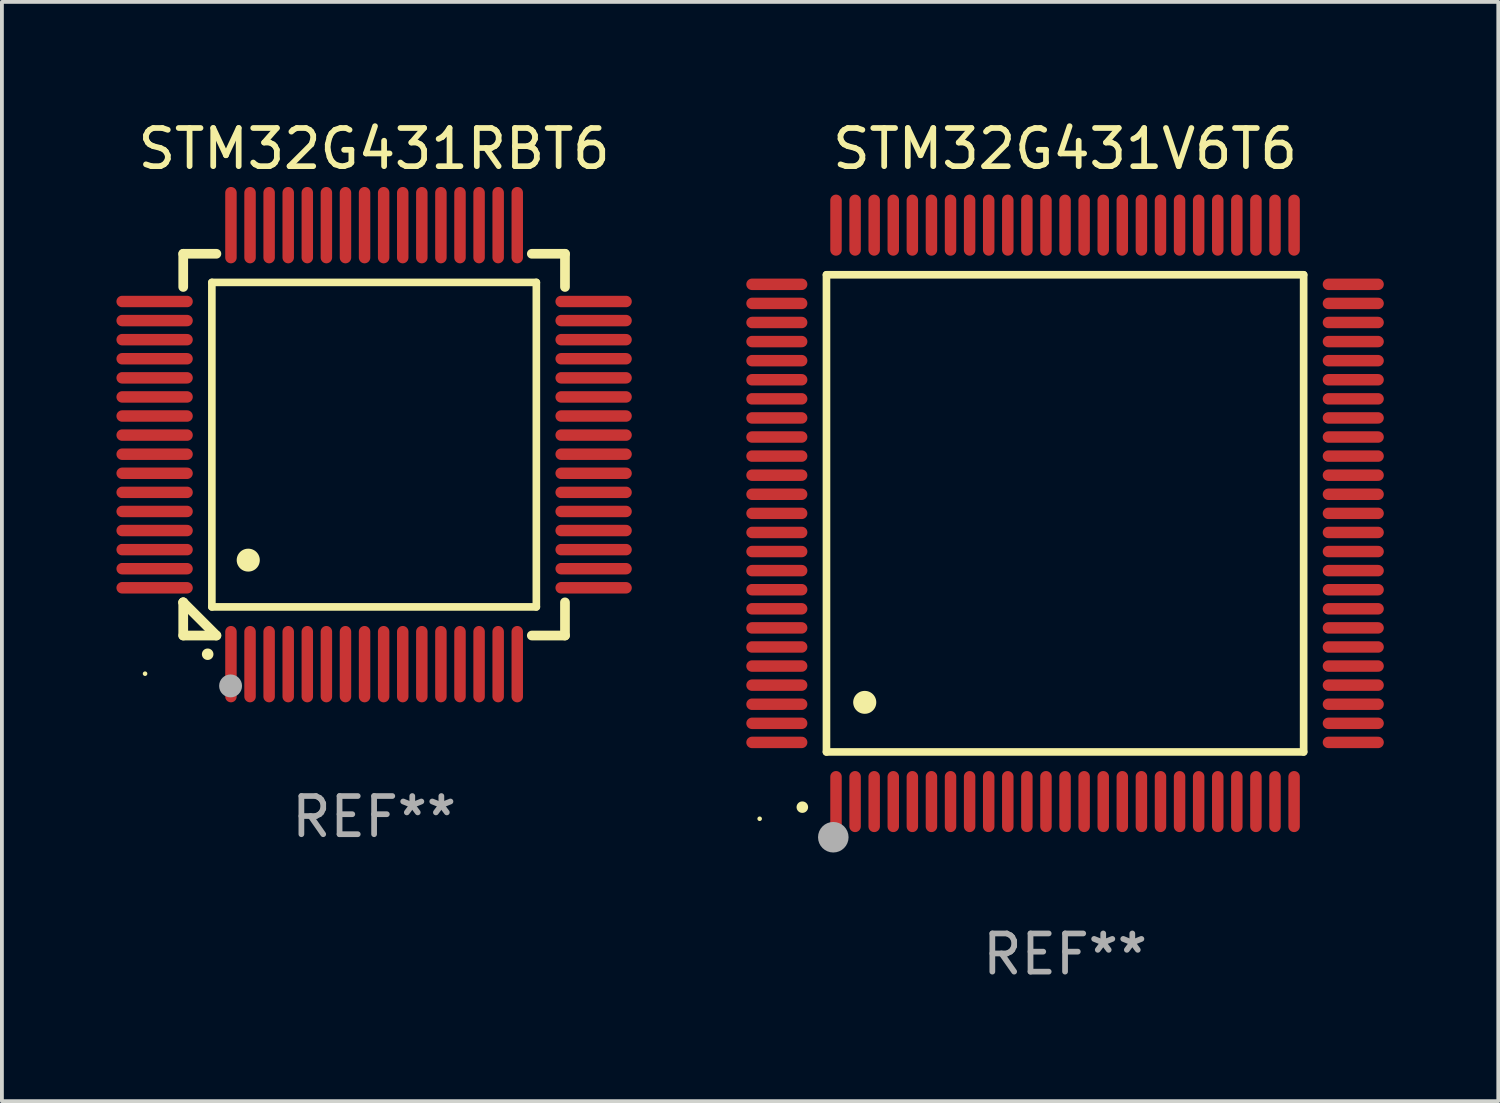
<source format=kicad_pcb>
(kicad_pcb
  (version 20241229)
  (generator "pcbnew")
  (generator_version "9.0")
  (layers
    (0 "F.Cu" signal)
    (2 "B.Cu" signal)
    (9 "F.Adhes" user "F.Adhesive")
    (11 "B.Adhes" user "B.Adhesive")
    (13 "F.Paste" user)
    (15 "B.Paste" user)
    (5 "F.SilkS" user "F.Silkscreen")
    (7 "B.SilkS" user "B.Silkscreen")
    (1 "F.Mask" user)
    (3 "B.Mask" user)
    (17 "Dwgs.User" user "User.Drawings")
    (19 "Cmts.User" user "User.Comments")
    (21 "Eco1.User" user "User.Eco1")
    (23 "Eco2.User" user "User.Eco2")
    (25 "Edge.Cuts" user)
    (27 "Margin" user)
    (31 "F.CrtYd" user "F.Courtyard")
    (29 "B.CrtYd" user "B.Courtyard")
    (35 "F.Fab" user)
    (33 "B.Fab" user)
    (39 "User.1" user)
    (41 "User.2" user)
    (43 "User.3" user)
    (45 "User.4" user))
  (footprint "STM32G431RBT6"
    (layer "F.Cu")
    (at 6.75 8.598)
    (property "Reference" "STM32G431RBT6" (at 0 -7.75 0) (layer "F.SilkS") (effects (font (size 1 1) (thickness 0.15))))
    (attr through_hole)
    (fp_line (start -5 -5) (end -4.131 -5) (stroke (width 0.254) (type solid)) (layer "F.SilkS"))
    (fp_line (start -5 -4.131) (end -5 -5) (stroke (width 0.254) (type solid)) (layer "F.SilkS"))
    (fp_line (start -5 4.131) (end -5 4.131) (stroke (width 0.254) (type solid)) (layer "F.SilkS"))
    (fp_line (start -5 5) (end -5 4.131) (stroke (width 0.254) (type solid)) (layer "F.SilkS"))
    (fp_line (start -5 4.131) (end -4.131 5) (stroke (width 0.254) (type solid)) (layer "F.SilkS"))
    (fp_line (start -4.25 -4.25) (end -4.25 4.25) (stroke (width 0.2) (type solid)) (layer "F.SilkS"))
    (fp_line (start -4.25 4.25) (end 4.25 4.25) (stroke (width 0.2) (type solid)) (layer "F.SilkS"))
    (fp_line (start -4.131 5) (end -5 5) (stroke (width 0.254) (type solid)) (layer "F.SilkS"))
    (fp_line (start 4.25 -4.25) (end -4.25 -4.25) (stroke (width 0.2) (type solid)) (layer "F.SilkS"))
    (fp_line (start 4.25 4.25) (end 4.25 -4.25) (stroke (width 0.2) (type solid)) (layer "F.SilkS"))
    (fp_line (start 5 -5) (end 4.131 -5) (stroke (width 0.254) (type solid)) (layer "F.SilkS"))
    (fp_line (start 5 -5) (end 5 -4.131) (stroke (width 0.254) (type solid)) (layer "F.SilkS"))
    (fp_line (start 5 4.131) (end 5 5) (stroke (width 0.254) (type solid)) (layer "F.SilkS"))
    (fp_line (start 5 5) (end 4.131 5) (stroke (width 0.254) (type solid)) (layer "F.SilkS"))
    (fp_arc (start -4.361265 5.489992) (mid -4.359995 5.489987) (end -4.358725 5.489992) (stroke (width 0.3) (type solid)) (layer "F.SilkS"))
    (fp_arc (start -3.299467 3.025146) (mid -3.296927 3.025135) (end -3.294387 3.025146) (stroke (width 0.6) (type solid)) (layer "F.SilkS"))
    (fp_circle (center -6 6) (end -5.97 6) (stroke (width 0.06) (type solid)) (fill no) (layer "F.SilkS"))
    (fp_circle (center -3.76 6.32) (end -3.61 6.32) (stroke (width 0.3) (type solid)) (fill no) (layer "F.Fab"))
    (fp_text user "REF**" (at 0 9.75 0) (layer "F.Fab") (effects (font (size 1 1) (thickness 0.15))))
    (pad "1" smd oval (at -3.75 5.75) (size 0.3 2) (layers "F.Cu" "F.Mask" "F.Paste"))
    (pad "2" smd oval (at -3.25 5.75) (size 0.3 2) (layers "F.Cu" "F.Mask" "F.Paste"))
    (pad "3" smd oval (at -2.75 5.75) (size 0.3 2) (layers "F.Cu" "F.Mask" "F.Paste"))
    (pad "4" smd oval (at -2.25 5.75) (size 0.3 2) (layers "F.Cu" "F.Mask" "F.Paste"))
    (pad "5" smd oval (at -1.75 5.75) (size 0.3 2) (layers "F.Cu" "F.Mask" "F.Paste"))
    (pad "6" smd oval (at -1.25 5.75) (size 0.3 2) (layers "F.Cu" "F.Mask" "F.Paste"))
    (pad "7" smd oval (at -0.75 5.75) (size 0.3 2) (layers "F.Cu" "F.Mask" "F.Paste"))
    (pad "8" smd oval (at -0.25 5.75) (size 0.3 2) (layers "F.Cu" "F.Mask" "F.Paste"))
    (pad "9" smd oval (at 0.25 5.75) (size 0.3 2) (layers "F.Cu" "F.Mask" "F.Paste"))
    (pad "10" smd oval (at 0.75 5.75) (size 0.3 2) (layers "F.Cu" "F.Mask" "F.Paste"))
    (pad "11" smd oval (at 1.25 5.75) (size 0.3 2) (layers "F.Cu" "F.Mask" "F.Paste"))
    (pad "12" smd oval (at 1.75 5.75) (size 0.3 2) (layers "F.Cu" "F.Mask" "F.Paste"))
    (pad "13" smd oval (at 2.25 5.75) (size 0.3 2) (layers "F.Cu" "F.Mask" "F.Paste"))
    (pad "14" smd oval (at 2.75 5.75) (size 0.3 2) (layers "F.Cu" "F.Mask" "F.Paste"))
    (pad "15" smd oval (at 3.25 5.75) (size 0.3 2) (layers "F.Cu" "F.Mask" "F.Paste"))
    (pad "16" smd oval (at 3.75 5.75) (size 0.3 2) (layers "F.Cu" "F.Mask" "F.Paste"))
    (pad "17" smd oval (at 5.75 3.75) (size 2 0.3) (layers "F.Cu" "F.Mask" "F.Paste"))
    (pad "18" smd oval (at 5.75 3.25) (size 2 0.3) (layers "F.Cu" "F.Mask" "F.Paste"))
    (pad "19" smd oval (at 5.75 2.75) (size 2 0.3) (layers "F.Cu" "F.Mask" "F.Paste"))
    (pad "20" smd oval (at 5.75 2.25) (size 2 0.3) (layers "F.Cu" "F.Mask" "F.Paste"))
    (pad "21" smd oval (at 5.75 1.75) (size 2 0.3) (layers "F.Cu" "F.Mask" "F.Paste"))
    (pad "22" smd oval (at 5.75 1.25) (size 2 0.3) (layers "F.Cu" "F.Mask" "F.Paste"))
    (pad "23" smd oval (at 5.75 0.75) (size 2 0.3) (layers "F.Cu" "F.Mask" "F.Paste"))
    (pad "24" smd oval (at 5.75 0.25) (size 2 0.3) (layers "F.Cu" "F.Mask" "F.Paste"))
    (pad "25" smd oval (at 5.75 -0.25) (size 2 0.3) (layers "F.Cu" "F.Mask" "F.Paste"))
    (pad "26" smd oval (at 5.75 -0.75) (size 2 0.3) (layers "F.Cu" "F.Mask" "F.Paste"))
    (pad "27" smd oval (at 5.75 -1.25) (size 2 0.3) (layers "F.Cu" "F.Mask" "F.Paste"))
    (pad "28" smd oval (at 5.75 -1.75) (size 2 0.3) (layers "F.Cu" "F.Mask" "F.Paste"))
    (pad "29" smd oval (at 5.75 -2.25) (size 2 0.3) (layers "F.Cu" "F.Mask" "F.Paste"))
    (pad "30" smd oval (at 5.75 -2.75) (size 2 0.3) (layers "F.Cu" "F.Mask" "F.Paste"))
    (pad "31" smd oval (at 5.75 -3.25) (size 2 0.3) (layers "F.Cu" "F.Mask" "F.Paste"))
    (pad "32" smd oval (at 5.75 -3.75) (size 2 0.3) (layers "F.Cu" "F.Mask" "F.Paste"))
    (pad "33" smd oval (at 3.75 -5.75) (size 0.3 2) (layers "F.Cu" "F.Mask" "F.Paste"))
    (pad "34" smd oval (at 3.25 -5.75) (size 0.3 2) (layers "F.Cu" "F.Mask" "F.Paste"))
    (pad "35" smd oval (at 2.75 -5.75) (size 0.3 2) (layers "F.Cu" "F.Mask" "F.Paste"))
    (pad "36" smd oval (at 2.25 -5.75) (size 0.3 2) (layers "F.Cu" "F.Mask" "F.Paste"))
    (pad "37" smd oval (at 1.75 -5.75) (size 0.3 2) (layers "F.Cu" "F.Mask" "F.Paste"))
    (pad "38" smd oval (at 1.25 -5.75) (size 0.3 2) (layers "F.Cu" "F.Mask" "F.Paste"))
    (pad "39" smd oval (at 0.75 -5.75) (size 0.3 2) (layers "F.Cu" "F.Mask" "F.Paste"))
    (pad "40" smd oval (at 0.25 -5.75) (size 0.3 2) (layers "F.Cu" "F.Mask" "F.Paste"))
    (pad "41" smd oval (at -0.25 -5.75) (size 0.3 2) (layers "F.Cu" "F.Mask" "F.Paste"))
    (pad "42" smd oval (at -0.75 -5.75) (size 0.3 2) (layers "F.Cu" "F.Mask" "F.Paste"))
    (pad "43" smd oval (at -1.25 -5.75) (size 0.3 2) (layers "F.Cu" "F.Mask" "F.Paste"))
    (pad "44" smd oval (at -1.75 -5.75) (size 0.3 2) (layers "F.Cu" "F.Mask" "F.Paste"))
    (pad "45" smd oval (at -2.25 -5.75) (size 0.3 2) (layers "F.Cu" "F.Mask" "F.Paste"))
    (pad "46" smd oval (at -2.75 -5.75) (size 0.3 2) (layers "F.Cu" "F.Mask" "F.Paste"))
    (pad "47" smd oval (at -3.25 -5.75) (size 0.3 2) (layers "F.Cu" "F.Mask" "F.Paste"))
    (pad "48" smd oval (at -3.75 -5.75) (size 0.3 2) (layers "F.Cu" "F.Mask" "F.Paste"))
    (pad "49" smd oval (at -5.75 -3.75) (size 2 0.3) (layers "F.Cu" "F.Mask" "F.Paste"))
    (pad "50" smd oval (at -5.75 -3.25) (size 2 0.3) (layers "F.Cu" "F.Mask" "F.Paste"))
    (pad "51" smd oval (at -5.75 -2.75) (size 2 0.3) (layers "F.Cu" "F.Mask" "F.Paste"))
    (pad "52" smd oval (at -5.75 -2.25) (size 2 0.3) (layers "F.Cu" "F.Mask" "F.Paste"))
    (pad "53" smd oval (at -5.75 -1.75) (size 2 0.3) (layers "F.Cu" "F.Mask" "F.Paste"))
    (pad "54" smd oval (at -5.75 -1.25) (size 2 0.3) (layers "F.Cu" "F.Mask" "F.Paste"))
    (pad "55" smd oval (at -5.75 -0.75) (size 2 0.3) (layers "F.Cu" "F.Mask" "F.Paste"))
    (pad "56" smd oval (at -5.75 -0.25) (size 2 0.3) (layers "F.Cu" "F.Mask" "F.Paste"))
    (pad "57" smd oval (at -5.75 0.25) (size 2 0.3) (layers "F.Cu" "F.Mask" "F.Paste"))
    (pad "58" smd oval (at -5.75 0.75) (size 2 0.3) (layers "F.Cu" "F.Mask" "F.Paste"))
    (pad "59" smd oval (at -5.75 1.25) (size 2 0.3) (layers "F.Cu" "F.Mask" "F.Paste"))
    (pad "60" smd oval (at -5.75 1.75) (size 2 0.3) (layers "F.Cu" "F.Mask" "F.Paste"))
    (pad "61" smd oval (at -5.75 2.25) (size 2 0.3) (layers "F.Cu" "F.Mask" "F.Paste"))
    (pad "62" smd oval (at -5.75 2.75) (size 2 0.3) (layers "F.Cu" "F.Mask" "F.Paste"))
    (pad "63" smd oval (at -5.75 3.25) (size 2 0.3) (layers "F.Cu" "F.Mask" "F.Paste"))
    (pad "64" smd oval (at -5.75 3.75) (size 2 0.3) (layers "F.Cu" "F.Mask" "F.Paste")))
  (footprint "STM32G431V6T6"
    (layer "F.Cu")
    (at 24.85 10.398)
    (property "Reference" "STM32G431V6T6" (at 0 -9.55 0) (layer "F.SilkS") (effects (font (size 1 1) (thickness 0.15))))
    (attr through_hole)
    (fp_line (start -6.25 -6.25) (end -6.25 6.25) (stroke (width 0.2) (type solid)) (layer "F.SilkS"))
    (fp_line (start -6.25 6.25) (end 6.25 6.25) (stroke (width 0.2) (type solid)) (layer "F.SilkS"))
    (fp_line (start 6.25 -6.25) (end -6.25 -6.25) (stroke (width 0.2) (type solid)) (layer "F.SilkS"))
    (fp_line (start 6.25 6.25) (end 6.25 -6.25) (stroke (width 0.2) (type solid)) (layer "F.SilkS"))
    (fp_arc (start -6.883414 7.696215) (mid -6.882144 7.69621) (end -6.880874 7.696215) (stroke (width 0.3) (type solid)) (layer "F.SilkS"))
    (fp_arc (start -5.250191 4.95047) (mid -5.247651 4.950459) (end -5.245111 4.95047) (stroke (width 0.6) (type solid)) (layer "F.SilkS"))
    (fp_circle (center -8 8) (end -7.97 8) (stroke (width 0.06) (type solid)) (fill no) (layer "F.SilkS"))
    (fp_circle (center -6.071 8.484) (end -5.871 8.484) (stroke (width 0.4) (type solid)) (fill no) (layer "F.Fab"))
    (fp_text user "REF**" (at 0 11.55 0) (layer "F.Fab") (effects (font (size 1 1) (thickness 0.15))))
    (pad "1" smd oval (at -6 7.55) (size 0.3 1.6) (layers "F.Cu" "F.Mask" "F.Paste"))
    (pad "2" smd oval (at -5.5 7.55) (size 0.3 1.6) (layers "F.Cu" "F.Mask" "F.Paste"))
    (pad "3" smd oval (at -5 7.55) (size 0.3 1.6) (layers "F.Cu" "F.Mask" "F.Paste"))
    (pad "4" smd oval (at -4.5 7.55) (size 0.3 1.6) (layers "F.Cu" "F.Mask" "F.Paste"))
    (pad "5" smd oval (at -4 7.55) (size 0.3 1.6) (layers "F.Cu" "F.Mask" "F.Paste"))
    (pad "6" smd oval (at -3.5 7.55) (size 0.3 1.6) (layers "F.Cu" "F.Mask" "F.Paste"))
    (pad "7" smd oval (at -3 7.55) (size 0.3 1.6) (layers "F.Cu" "F.Mask" "F.Paste"))
    (pad "8" smd oval (at -2.5 7.55) (size 0.3 1.6) (layers "F.Cu" "F.Mask" "F.Paste"))
    (pad "9" smd oval (at -2 7.55) (size 0.3 1.6) (layers "F.Cu" "F.Mask" "F.Paste"))
    (pad "10" smd oval (at -1.5 7.55) (size 0.3 1.6) (layers "F.Cu" "F.Mask" "F.Paste"))
    (pad "11" smd oval (at -1 7.55) (size 0.3 1.6) (layers "F.Cu" "F.Mask" "F.Paste"))
    (pad "12" smd oval (at -0.5 7.55) (size 0.3 1.6) (layers "F.Cu" "F.Mask" "F.Paste"))
    (pad "13" smd oval (at 0 7.55) (size 0.3 1.6) (layers "F.Cu" "F.Mask" "F.Paste"))
    (pad "14" smd oval (at 0.5 7.55) (size 0.3 1.6) (layers "F.Cu" "F.Mask" "F.Paste"))
    (pad "15" smd oval (at 1 7.55) (size 0.3 1.6) (layers "F.Cu" "F.Mask" "F.Paste"))
    (pad "16" smd oval (at 1.5 7.55) (size 0.3 1.6) (layers "F.Cu" "F.Mask" "F.Paste"))
    (pad "17" smd oval (at 2 7.55) (size 0.3 1.6) (layers "F.Cu" "F.Mask" "F.Paste"))
    (pad "18" smd oval (at 2.5 7.55) (size 0.3 1.6) (layers "F.Cu" "F.Mask" "F.Paste"))
    (pad "19" smd oval (at 3 7.55) (size 0.3 1.6) (layers "F.Cu" "F.Mask" "F.Paste"))
    (pad "20" smd oval (at 3.5 7.55) (size 0.3 1.6) (layers "F.Cu" "F.Mask" "F.Paste"))
    (pad "21" smd oval (at 4 7.55) (size 0.3 1.6) (layers "F.Cu" "F.Mask" "F.Paste"))
    (pad "22" smd oval (at 4.5 7.55) (size 0.3 1.6) (layers "F.Cu" "F.Mask" "F.Paste"))
    (pad "23" smd oval (at 5 7.55) (size 0.3 1.6) (layers "F.Cu" "F.Mask" "F.Paste"))
    (pad "24" smd oval (at 5.5 7.55) (size 0.3 1.6) (layers "F.Cu" "F.Mask" "F.Paste"))
    (pad "25" smd oval (at 6 7.55) (size 0.3 1.6) (layers "F.Cu" "F.Mask" "F.Paste"))
    (pad "26" smd oval (at 7.55 6) (size 1.6 0.3) (layers "F.Cu" "F.Mask" "F.Paste"))
    (pad "27" smd oval (at 7.55 5.5) (size 1.6 0.3) (layers "F.Cu" "F.Mask" "F.Paste"))
    (pad "28" smd oval (at 7.55 5) (size 1.6 0.3) (layers "F.Cu" "F.Mask" "F.Paste"))
    (pad "29" smd oval (at 7.55 4.5) (size 1.6 0.3) (layers "F.Cu" "F.Mask" "F.Paste"))
    (pad "30" smd oval (at 7.55 4) (size 1.6 0.3) (layers "F.Cu" "F.Mask" "F.Paste"))
    (pad "31" smd oval (at 7.55 3.5) (size 1.6 0.3) (layers "F.Cu" "F.Mask" "F.Paste"))
    (pad "32" smd oval (at 7.55 3) (size 1.6 0.3) (layers "F.Cu" "F.Mask" "F.Paste"))
    (pad "33" smd oval (at 7.55 2.5) (size 1.6 0.3) (layers "F.Cu" "F.Mask" "F.Paste"))
    (pad "34" smd oval (at 7.55 2) (size 1.6 0.3) (layers "F.Cu" "F.Mask" "F.Paste"))
    (pad "35" smd oval (at 7.55 1.5) (size 1.6 0.3) (layers "F.Cu" "F.Mask" "F.Paste"))
    (pad "36" smd oval (at 7.55 1) (size 1.6 0.3) (layers "F.Cu" "F.Mask" "F.Paste"))
    (pad "37" smd oval (at 7.55 0.5) (size 1.6 0.3) (layers "F.Cu" "F.Mask" "F.Paste"))
    (pad "38" smd oval (at 7.55 0) (size 1.6 0.3) (layers "F.Cu" "F.Mask" "F.Paste"))
    (pad "39" smd oval (at 7.55 -0.5) (size 1.6 0.3) (layers "F.Cu" "F.Mask" "F.Paste"))
    (pad "40" smd oval (at 7.55 -1) (size 1.6 0.3) (layers "F.Cu" "F.Mask" "F.Paste"))
    (pad "41" smd oval (at 7.55 -1.5) (size 1.6 0.3) (layers "F.Cu" "F.Mask" "F.Paste"))
    (pad "42" smd oval (at 7.55 -2) (size 1.6 0.3) (layers "F.Cu" "F.Mask" "F.Paste"))
    (pad "43" smd oval (at 7.55 -2.5) (size 1.6 0.3) (layers "F.Cu" "F.Mask" "F.Paste"))
    (pad "44" smd oval (at 7.55 -3) (size 1.6 0.3) (layers "F.Cu" "F.Mask" "F.Paste"))
    (pad "45" smd oval (at 7.55 -3.5) (size 1.6 0.3) (layers "F.Cu" "F.Mask" "F.Paste"))
    (pad "46" smd oval (at 7.55 -4) (size 1.6 0.3) (layers "F.Cu" "F.Mask" "F.Paste"))
    (pad "47" smd oval (at 7.55 -4.5) (size 1.6 0.3) (layers "F.Cu" "F.Mask" "F.Paste"))
    (pad "48" smd oval (at 7.55 -5) (size 1.6 0.3) (layers "F.Cu" "F.Mask" "F.Paste"))
    (pad "49" smd oval (at 7.55 -5.5) (size 1.6 0.3) (layers "F.Cu" "F.Mask" "F.Paste"))
    (pad "50" smd oval (at 7.55 -6) (size 1.6 0.3) (layers "F.Cu" "F.Mask" "F.Paste"))
    (pad "51" smd oval (at 6 -7.55) (size 0.3 1.6) (layers "F.Cu" "F.Mask" "F.Paste"))
    (pad "52" smd oval (at 5.5 -7.55) (size 0.3 1.6) (layers "F.Cu" "F.Mask" "F.Paste"))
    (pad "53" smd oval (at 5 -7.55) (size 0.3 1.6) (layers "F.Cu" "F.Mask" "F.Paste"))
    (pad "54" smd oval (at 4.5 -7.55) (size 0.3 1.6) (layers "F.Cu" "F.Mask" "F.Paste"))
    (pad "55" smd oval (at 4 -7.55) (size 0.3 1.6) (layers "F.Cu" "F.Mask" "F.Paste"))
    (pad "56" smd oval (at 3.5 -7.55) (size 0.3 1.6) (layers "F.Cu" "F.Mask" "F.Paste"))
    (pad "57" smd oval (at 3 -7.55) (size 0.3 1.6) (layers "F.Cu" "F.Mask" "F.Paste"))
    (pad "58" smd oval (at 2.5 -7.55) (size 0.3 1.6) (layers "F.Cu" "F.Mask" "F.Paste"))
    (pad "59" smd oval (at 2 -7.55) (size 0.3 1.6) (layers "F.Cu" "F.Mask" "F.Paste"))
    (pad "60" smd oval (at 1.5 -7.55) (size 0.3 1.6) (layers "F.Cu" "F.Mask" "F.Paste"))
    (pad "61" smd oval (at 1 -7.55) (size 0.3 1.6) (layers "F.Cu" "F.Mask" "F.Paste"))
    (pad "62" smd oval (at 0.5 -7.55) (size 0.3 1.6) (layers "F.Cu" "F.Mask" "F.Paste"))
    (pad "63" smd oval (at 0 -7.55) (size 0.3 1.6) (layers "F.Cu" "F.Mask" "F.Paste"))
    (pad "64" smd oval (at -0.5 -7.55) (size 0.3 1.6) (layers "F.Cu" "F.Mask" "F.Paste"))
    (pad "65" smd oval (at -1 -7.55) (size 0.3 1.6) (layers "F.Cu" "F.Mask" "F.Paste"))
    (pad "66" smd oval (at -1.5 -7.55) (size 0.3 1.6) (layers "F.Cu" "F.Mask" "F.Paste"))
    (pad "67" smd oval (at -2 -7.55) (size 0.3 1.6) (layers "F.Cu" "F.Mask" "F.Paste"))
    (pad "68" smd oval (at -2.5 -7.55) (size 0.3 1.6) (layers "F.Cu" "F.Mask" "F.Paste"))
    (pad "69" smd oval (at -3 -7.55) (size 0.3 1.6) (layers "F.Cu" "F.Mask" "F.Paste"))
    (pad "70" smd oval (at -3.5 -7.55) (size 0.3 1.6) (layers "F.Cu" "F.Mask" "F.Paste"))
    (pad "71" smd oval (at -4 -7.55) (size 0.3 1.6) (layers "F.Cu" "F.Mask" "F.Paste"))
    (pad "72" smd oval (at -4.5 -7.55) (size 0.3 1.6) (layers "F.Cu" "F.Mask" "F.Paste"))
    (pad "73" smd oval (at -5 -7.55) (size 0.3 1.6) (layers "F.Cu" "F.Mask" "F.Paste"))
    (pad "74" smd oval (at -5.5 -7.55) (size 0.3 1.6) (layers "F.Cu" "F.Mask" "F.Paste"))
    (pad "75" smd oval (at -6 -7.55) (size 0.3 1.6) (layers "F.Cu" "F.Mask" "F.Paste"))
    (pad "76" smd oval (at -7.55 -6) (size 1.6 0.3) (layers "F.Cu" "F.Mask" "F.Paste"))
    (pad "77" smd oval (at -7.55 -5.5) (size 1.6 0.3) (layers "F.Cu" "F.Mask" "F.Paste"))
    (pad "78" smd oval (at -7.55 -5) (size 1.6 0.3) (layers "F.Cu" "F.Mask" "F.Paste"))
    (pad "79" smd oval (at -7.55 -4.5) (size 1.6 0.3) (layers "F.Cu" "F.Mask" "F.Paste"))
    (pad "80" smd oval (at -7.55 -4) (size 1.6 0.3) (layers "F.Cu" "F.Mask" "F.Paste"))
    (pad "81" smd oval (at -7.55 -3.5) (size 1.6 0.3) (layers "F.Cu" "F.Mask" "F.Paste"))
    (pad "82" smd oval (at -7.55 -3) (size 1.6 0.3) (layers "F.Cu" "F.Mask" "F.Paste"))
    (pad "83" smd oval (at -7.55 -2.5) (size 1.6 0.3) (layers "F.Cu" "F.Mask" "F.Paste"))
    (pad "84" smd oval (at -7.55 -2) (size 1.6 0.3) (layers "F.Cu" "F.Mask" "F.Paste"))
    (pad "85" smd oval (at -7.55 -1.5) (size 1.6 0.3) (layers "F.Cu" "F.Mask" "F.Paste"))
    (pad "86" smd oval (at -7.55 -1) (size 1.6 0.3) (layers "F.Cu" "F.Mask" "F.Paste"))
    (pad "87" smd oval (at -7.55 -0.5) (size 1.6 0.3) (layers "F.Cu" "F.Mask" "F.Paste"))
    (pad "88" smd oval (at -7.55 0) (size 1.6 0.3) (layers "F.Cu" "F.Mask" "F.Paste"))
    (pad "89" smd oval (at -7.55 0.5) (size 1.6 0.3) (layers "F.Cu" "F.Mask" "F.Paste"))
    (pad "90" smd oval (at -7.55 1) (size 1.6 0.3) (layers "F.Cu" "F.Mask" "F.Paste"))
    (pad "91" smd oval (at -7.55 1.5) (size 1.6 0.3) (layers "F.Cu" "F.Mask" "F.Paste"))
    (pad "92" smd oval (at -7.55 2) (size 1.6 0.3) (layers "F.Cu" "F.Mask" "F.Paste"))
    (pad "93" smd oval (at -7.55 2.5) (size 1.6 0.3) (layers "F.Cu" "F.Mask" "F.Paste"))
    (pad "94" smd oval (at -7.55 3) (size 1.6 0.3) (layers "F.Cu" "F.Mask" "F.Paste"))
    (pad "95" smd oval (at -7.55 3.5) (size 1.6 0.3) (layers "F.Cu" "F.Mask" "F.Paste"))
    (pad "96" smd oval (at -7.55 4) (size 1.6 0.3) (layers "F.Cu" "F.Mask" "F.Paste"))
    (pad "97" smd oval (at -7.55 4.5) (size 1.6 0.3) (layers "F.Cu" "F.Mask" "F.Paste"))
    (pad "98" smd oval (at -7.55 5) (size 1.6 0.3) (layers "F.Cu" "F.Mask" "F.Paste"))
    (pad "99" smd oval (at -7.55 5.5) (size 1.6 0.3) (layers "F.Cu" "F.Mask" "F.Paste"))
    (pad "100" smd oval (at -7.55 6) (size 1.6 0.3) (layers "F.Cu" "F.Mask" "F.Paste")))
  (gr_rect
    (start -3 -3)
    (end 36.199 25.796)
    (stroke (width 0.1) (type default))
    (fill no)
    (layer "Edge.Cuts")))
</source>
